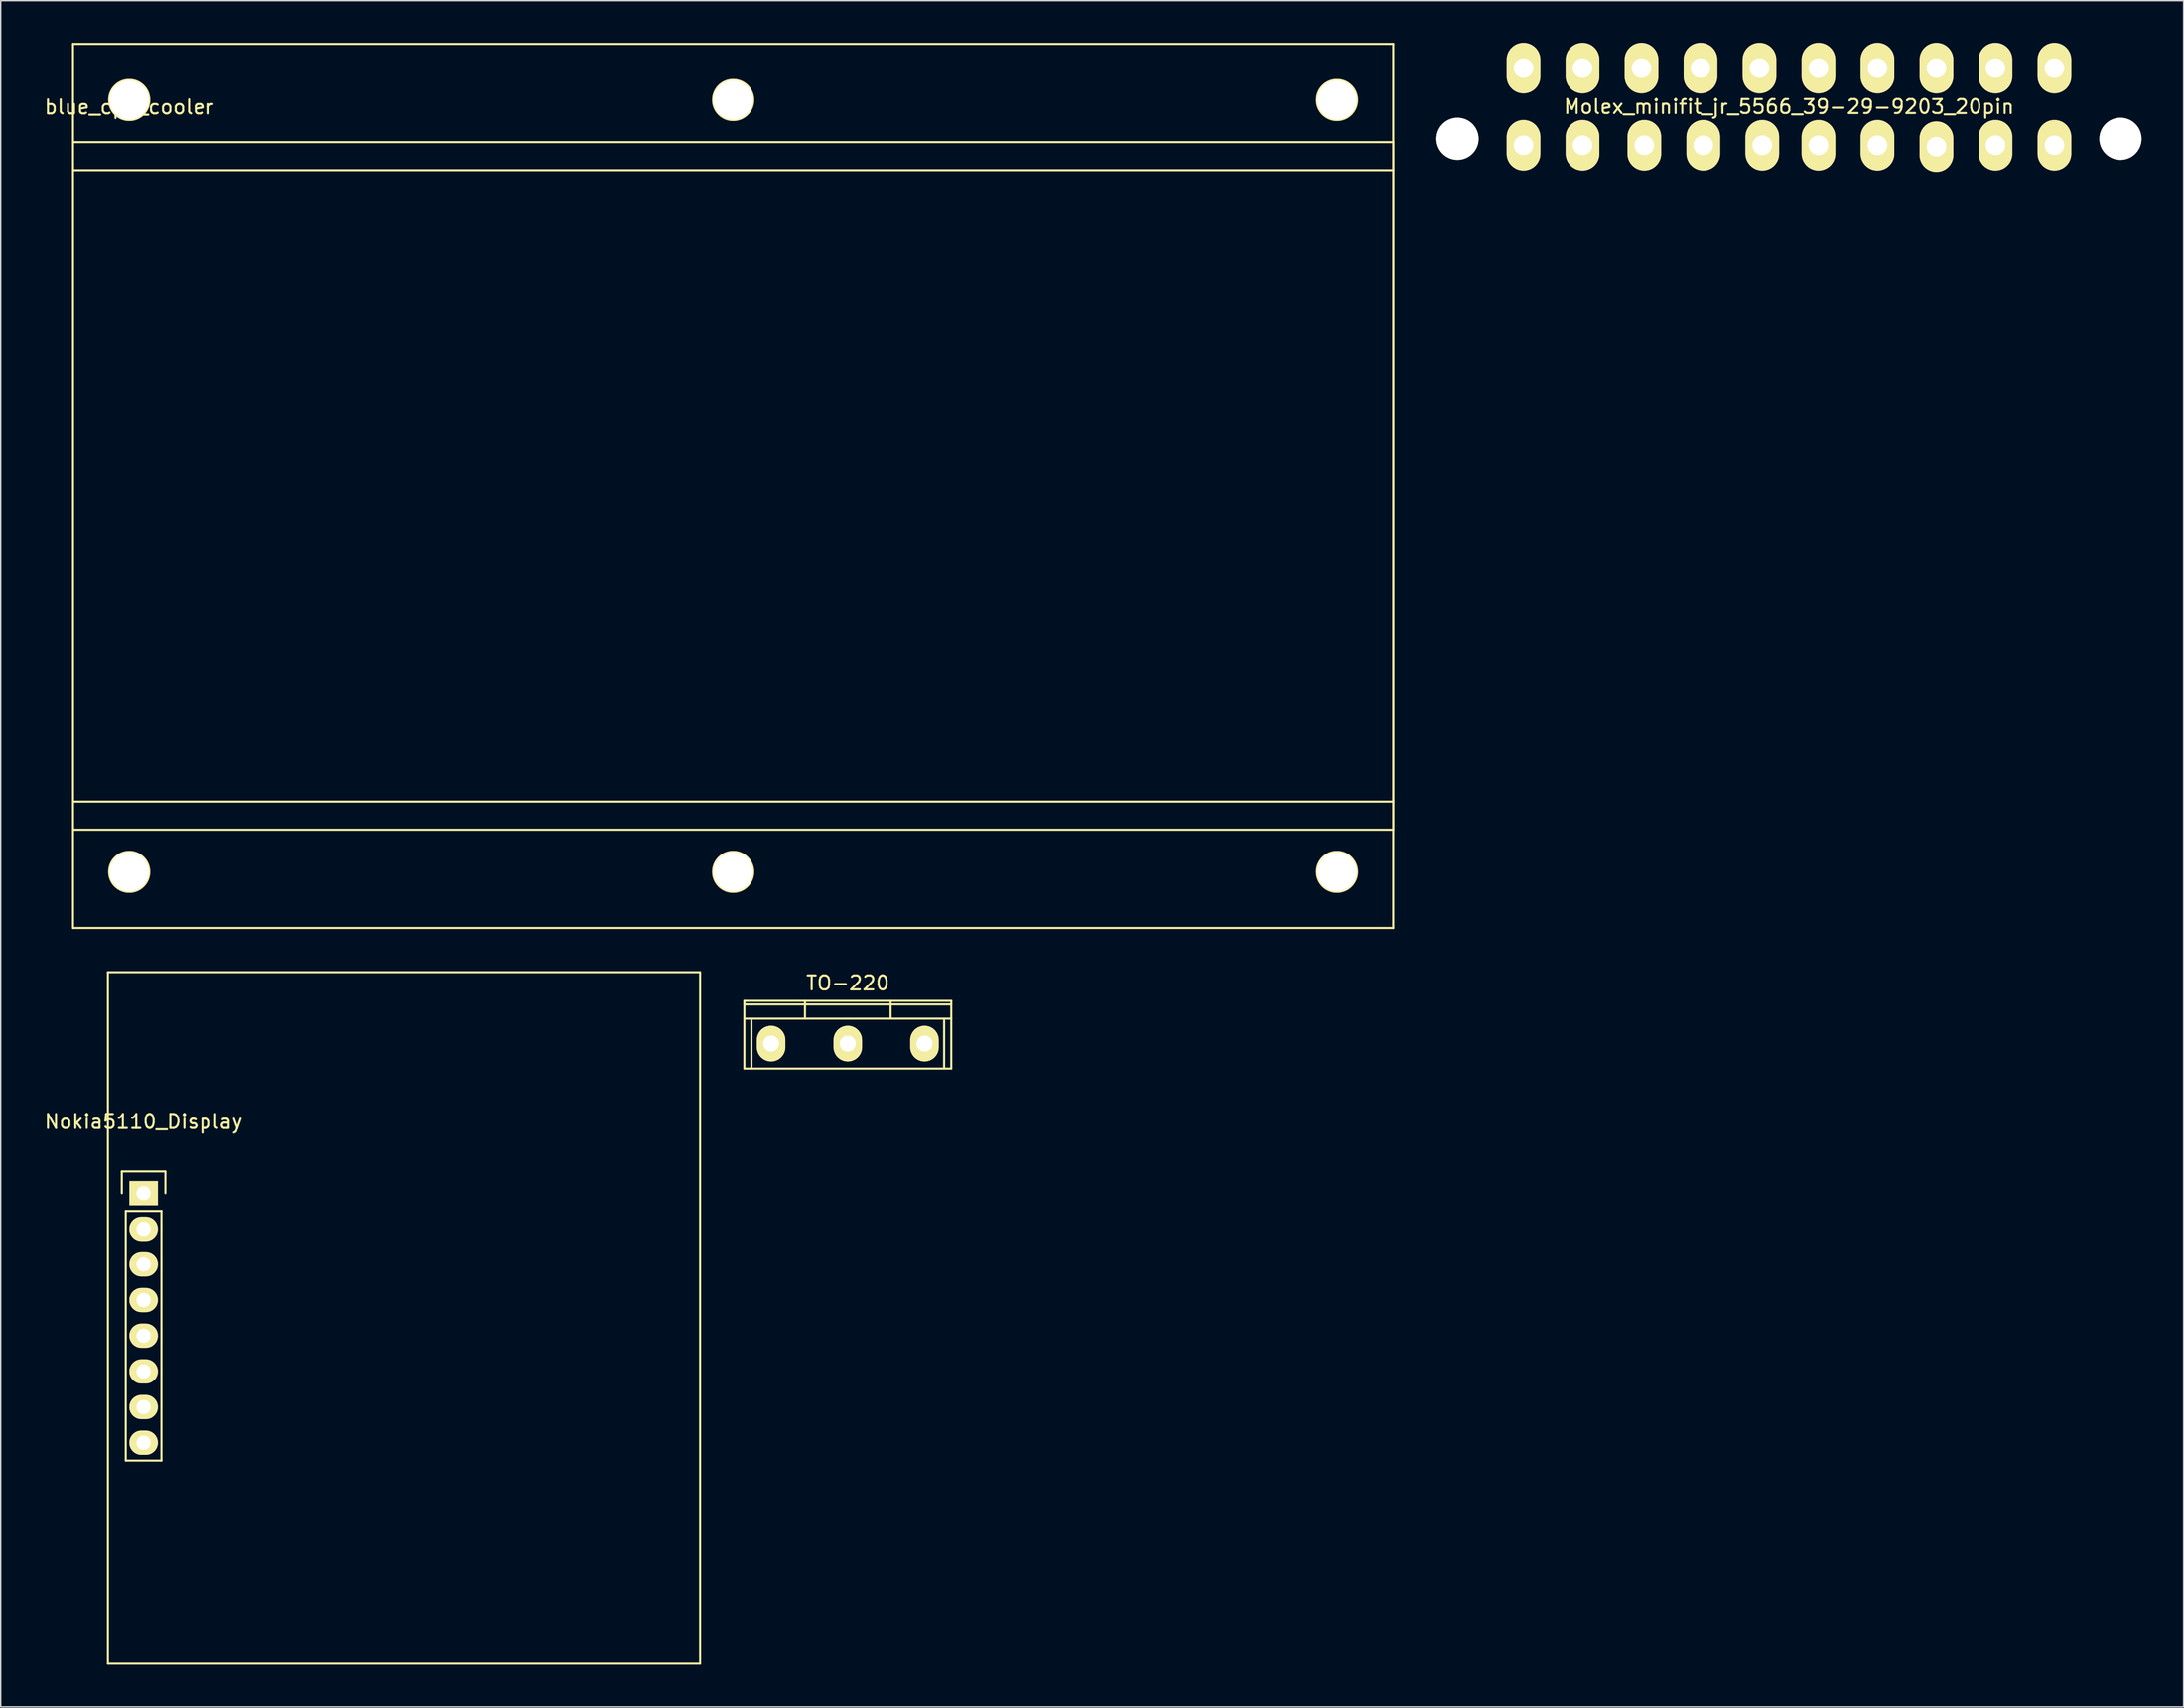
<source format=kicad_pcb>
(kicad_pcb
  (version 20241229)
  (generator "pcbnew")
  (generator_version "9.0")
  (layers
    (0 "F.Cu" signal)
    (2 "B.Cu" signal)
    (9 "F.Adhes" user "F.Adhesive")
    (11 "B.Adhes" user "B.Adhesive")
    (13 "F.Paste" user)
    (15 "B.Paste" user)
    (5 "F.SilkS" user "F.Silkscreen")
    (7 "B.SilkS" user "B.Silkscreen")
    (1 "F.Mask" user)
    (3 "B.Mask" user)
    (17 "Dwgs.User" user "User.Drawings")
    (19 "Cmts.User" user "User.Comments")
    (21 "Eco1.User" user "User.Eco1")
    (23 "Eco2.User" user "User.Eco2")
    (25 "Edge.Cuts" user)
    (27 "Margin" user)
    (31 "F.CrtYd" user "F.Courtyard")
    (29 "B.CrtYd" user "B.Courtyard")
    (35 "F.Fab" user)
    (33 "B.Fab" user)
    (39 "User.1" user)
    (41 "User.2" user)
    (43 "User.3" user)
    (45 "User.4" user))
  (footprint "blue_cpu_cooler"
    (layer "F.Cu")
    (at 6.149 4.075)
    (property "Reference" "blue_cpu_cooler" (at 0 0.5 0) (layer "F.SilkS") (effects (font (size 1 1) (thickness 0.15))))
    (attr through_hole)
    (fp_line (start -4 -4) (end 90 -4) (stroke (width 0.15) (type solid)) (layer "F.SilkS"))
    (fp_line (start -4 3) (end -4 -4) (stroke (width 0.15) (type solid)) (layer "F.SilkS"))
    (fp_line (start -4 3) (end 90 3) (stroke (width 0.15) (type solid)) (layer "F.SilkS"))
    (fp_line (start -4 50) (end 90 50) (stroke (width 0.15) (type solid)) (layer "F.SilkS"))
    (fp_line (start -4 52) (end -4 3) (stroke (width 0.15) (type solid)) (layer "F.SilkS"))
    (fp_line (start -4 59) (end -4 52) (stroke (width 0.15) (type solid)) (layer "F.SilkS"))
    (fp_line (start 90 -4) (end 90 59) (stroke (width 0.15) (type solid)) (layer "F.SilkS"))
    (fp_line (start 90 3) (end 90 52) (stroke (width 0.15) (type solid)) (layer "F.SilkS"))
    (fp_line (start 90 5) (end -4 5) (stroke (width 0.15) (type solid)) (layer "F.SilkS"))
    (fp_line (start 90 52) (end -4 52) (stroke (width 0.15) (type solid)) (layer "F.SilkS"))
    (fp_line (start 90 59) (end -4 59) (stroke (width 0.15) (type solid)) (layer "F.SilkS"))
    (pad "" np_thru_hole circle (at 0 0) (size 3 3) (drill 2.8) (layers "*.Cu" "*.Mask" "F.SilkS"))
    (pad "" np_thru_hole circle (at 0 55) (size 3 3) (drill 2.8) (layers "*.Cu" "*.Mask" "F.SilkS"))
    (pad "" np_thru_hole circle (at 43 0) (size 3 3) (drill 2.8) (layers "*.Cu" "*.Mask" "F.SilkS"))
    (pad "" np_thru_hole circle (at 43 55) (size 3 3) (drill 2.8) (layers "*.Cu" "*.Mask" "F.SilkS"))
    (pad "" np_thru_hole circle (at 86 0) (size 3 3) (drill 2.8) (layers "*.Cu" "*.Mask" "F.SilkS"))
    (pad "" np_thru_hole circle (at 86 55) (size 3 3) (drill 2.8) (layers "*.Cu" "*.Mask" "F.SilkS")))
  (footprint "Molex_minifit_jr_5566_39-29-9203_20pin"
    (layer "F.Cu")
    (at 124.324 4.55)
    (property "Reference" "Molex_minifit_jr_5566_39-29-9203_20pin" (at 0 0 0) (layer "F.SilkS") (effects (font (size 1 1) (thickness 0.15))))
    (attr through_hole)
    (pad "" np_thru_hole circle (at -23.6 2.29) (size 3 3) (drill 3) (layers "*.Cu" "*.Mask" "F.SilkS"))
    (pad "" np_thru_hole circle (at 23.6 2.29) (size 3 3) (drill 3) (layers "*.Cu" "*.Mask" "F.SilkS"))
    (pad "1" thru_hole oval (at -18.9 -2.75) (size 2.4 3.6) (drill 1.4) (layers "*.Cu" "*.Mask" "F.SilkS"))
    (pad "2" thru_hole oval (at -14.7 -2.75) (size 2.4 3.6) (drill 1.4) (layers "*.Cu" "*.Mask" "F.SilkS"))
    (pad "3" thru_hole oval (at -10.5 -2.75) (size 2.4 3.6) (drill 1.4) (layers "*.Cu" "*.Mask" "F.SilkS"))
    (pad "4" thru_hole oval (at -6.3 -2.75) (size 2.4 3.6) (drill 1.4) (layers "*.Cu" "*.Mask" "F.SilkS"))
    (pad "5" thru_hole oval (at -2.1 -2.75) (size 2.4 3.6) (drill 1.4) (layers "*.Cu" "*.Mask" "F.SilkS"))
    (pad "6" thru_hole oval (at 2.1 -2.75) (size 2.4 3.6) (drill 1.4) (layers "*.Cu" "*.Mask" "F.SilkS"))
    (pad "7" thru_hole oval (at 6.3 -2.75) (size 2.4 3.6) (drill 1.4) (layers "*.Cu" "*.Mask" "F.SilkS"))
    (pad "8" thru_hole oval (at 10.5 -2.75) (size 2.4 3.6) (drill 1.4) (layers "*.Cu" "*.Mask" "F.SilkS"))
    (pad "9" thru_hole oval (at 14.7 -2.75) (size 2.4 3.6) (drill 1.4) (layers "*.Cu" "*.Mask" "F.SilkS"))
    (pad "10" thru_hole oval (at 18.9 -2.75) (size 2.4 3.6) (drill 1.4) (layers "*.Cu" "*.Mask" "F.SilkS"))
    (pad "11" thru_hole oval (at -18.9 2.75) (size 2.4 3.6) (drill 1.4) (layers "*.Cu" "*.Mask" "F.SilkS"))
    (pad "12" thru_hole oval (at -14.7 2.75) (size 2.4 3.6) (drill 1.4) (layers "*.Cu" "*.Mask" "F.SilkS"))
    (pad "13" thru_hole oval (at -10.3 2.75) (size 2.4 3.6) (drill 1.4) (layers "*.Cu" "*.Mask" "F.SilkS"))
    (pad "14" thru_hole oval (at -6.1 2.75) (size 2.4 3.6) (drill 1.4) (layers "*.Cu" "*.Mask" "F.SilkS"))
    (pad "15" thru_hole oval (at -1.9 2.75) (size 2.4 3.6) (drill 1.4) (layers "*.Cu" "*.Mask" "F.SilkS"))
    (pad "16" thru_hole oval (at 2.1 2.75) (size 2.4 3.6) (drill 1.4) (layers "*.Cu" "*.Mask" "F.SilkS"))
    (pad "17" thru_hole oval (at 6.3 2.75) (size 2.4 3.6) (drill 1.4) (layers "*.Cu" "*.Mask" "F.SilkS"))
    (pad "18" thru_hole oval (at 10.5 2.85) (size 2.4 3.6) (drill 1.4) (layers "*.Cu" "*.Mask" "F.SilkS"))
    (pad "19" thru_hole oval (at 14.7 2.75) (size 2.4 3.6) (drill 1.4) (layers "*.Cu" "*.Mask" "F.SilkS"))
    (pad "20" thru_hole oval (at 18.9 2.75) (size 2.4 3.6) (drill 1.4) (layers "*.Cu" "*.Mask" "F.SilkS")))
  (footprint "Nokia5110_Display"
    (layer "F.Cu")
    (at 7.173 81.973)
    (property "Reference" "Nokia5110_Display" (at 0 -5.1 0) (layer "F.SilkS") (effects (font (size 1 1) (thickness 0.15))))
    (attr through_hole)
    (fp_line (start -2.54 -15.748) (end -2.54 33.528) (stroke (width 0.15) (type solid)) (layer "F.SilkS"))
    (fp_line (start -2.54 33.528) (end 39.624 33.528) (stroke (width 0.15) (type solid)) (layer "F.SilkS"))
    (fp_line (start -1.55 -1.55) (end 1.55 -1.55) (stroke (width 0.15) (type solid)) (layer "F.SilkS"))
    (fp_line (start -1.55 0) (end -1.55 -1.55) (stroke (width 0.15) (type solid)) (layer "F.SilkS"))
    (fp_line (start -1.27 19.05) (end -1.27 1.27) (stroke (width 0.15) (type solid)) (layer "F.SilkS"))
    (fp_line (start 1.27 1.27) (end -1.27 1.27) (stroke (width 0.15) (type solid)) (layer "F.SilkS"))
    (fp_line (start 1.27 1.27) (end 1.27 19.05) (stroke (width 0.15) (type solid)) (layer "F.SilkS"))
    (fp_line (start 1.27 19.05) (end -1.27 19.05) (stroke (width 0.15) (type solid)) (layer "F.SilkS"))
    (fp_line (start 1.55 -1.55) (end 1.55 0) (stroke (width 0.15) (type solid)) (layer "F.SilkS"))
    (fp_line (start 39.624 -15.748) (end -2.54 -15.748) (stroke (width 0.15) (type solid)) (layer "F.SilkS"))
    (fp_line (start 39.624 33.528) (end 39.624 -15.748) (stroke (width 0.15) (type solid)) (layer "F.SilkS"))
    (pad "1" thru_hole rect (at 0 0) (size 2.032 1.727) (drill 1.016) (layers "*.Cu" "*.Mask" "F.SilkS"))
    (pad "2" thru_hole oval (at 0 2.54) (size 2.032 1.727) (drill 1.016) (layers "*.Cu" "*.Mask" "F.SilkS"))
    (pad "3" thru_hole oval (at 0 5.08) (size 2.032 1.727) (drill 1.016) (layers "*.Cu" "*.Mask" "F.SilkS"))
    (pad "4" thru_hole oval (at 0 7.62) (size 2.032 1.727) (drill 1.016) (layers "*.Cu" "*.Mask" "F.SilkS"))
    (pad "5" thru_hole oval (at 0 10.16) (size 2.032 1.727) (drill 1.016) (layers "*.Cu" "*.Mask" "F.SilkS"))
    (pad "6" thru_hole oval (at 0 12.7) (size 2.032 1.727) (drill 1.016) (layers "*.Cu" "*.Mask" "F.SilkS"))
    (pad "7" thru_hole oval (at 0 15.24) (size 2.032 1.727) (drill 1.016) (layers "*.Cu" "*.Mask" "F.SilkS"))
    (pad "8" thru_hole oval (at 0 17.78) (size 2.032 1.727) (drill 1.016) (layers "*.Cu" "*.Mask" "F.SilkS")))
  (footprint "TO-220"
    (layer "F.Cu")
    (at 57.313 71.316)
    (property "Reference" "TO-220" (at 0 -4.318 0) (layer "F.SilkS") (effects (font (size 1 1) (thickness 0.15))))
    (attr through_hole)
    (fp_line (start -7.366 -3.048) (end -7.366 -2.794) (stroke (width 0.15) (type solid)) (layer "F.SilkS"))
    (fp_line (start -7.366 -3.048) (end -7.366 1.778) (stroke (width 0.15) (type solid)) (layer "F.SilkS"))
    (fp_line (start -7.366 -2.794) (end 7.366 -2.794) (stroke (width 0.15) (type solid)) (layer "F.SilkS"))
    (fp_line (start -7.366 1.778) (end 7.366 1.778) (stroke (width 0.15) (type solid)) (layer "F.SilkS"))
    (fp_line (start -6.858 -1.651) (end -6.858 1.778) (stroke (width 0.15) (type solid)) (layer "F.SilkS"))
    (fp_line (start -3.048 -1.778) (end -3.048 -3.048) (stroke (width 0.15) (type solid)) (layer "F.SilkS"))
    (fp_line (start 3.048 -1.778) (end 3.048 -3.048) (stroke (width 0.15) (type solid)) (layer "F.SilkS"))
    (fp_line (start 6.858 -1.651) (end 6.858 1.778) (stroke (width 0.15) (type solid)) (layer "F.SilkS"))
    (fp_line (start 7.366 -3.048) (end -7.366 -3.048) (stroke (width 0.15) (type solid)) (layer "F.SilkS"))
    (fp_line (start 7.366 -3.048) (end 7.366 1.778) (stroke (width 0.15) (type solid)) (layer "F.SilkS"))
    (fp_line (start 7.366 -1.778) (end -7.366 -1.778) (stroke (width 0.15) (type solid)) (layer "F.SilkS"))
    (pad "1" thru_hole oval (at -5.461 0) (size 2.032 2.54) (drill 1.143) (layers "*.Cu" "*.Mask" "F.SilkS"))
    (pad "2" thru_hole oval (at 0 0) (size 2.032 2.54) (drill 1.143) (layers "*.Cu" "*.Mask" "F.SilkS"))
    (pad "3" thru_hole oval (at 5.461 0) (size 2.032 2.54) (drill 1.143) (layers "*.Cu" "*.Mask" "F.SilkS")))
  (gr_rect
    (start -3 -3)
    (end 152.424 118.576)
    (stroke (width 0.1) (type default))
    (fill no)
    (layer "Edge.Cuts")))
</source>
